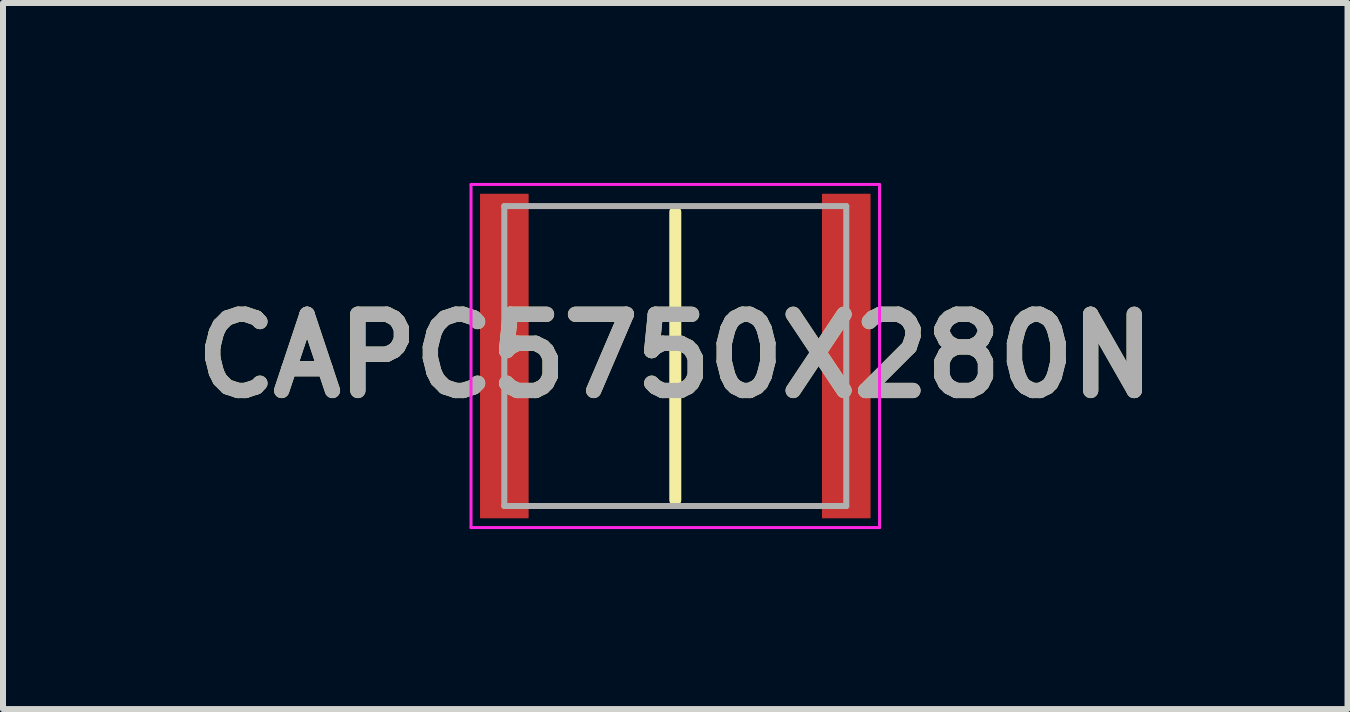
<source format=kicad_pcb>
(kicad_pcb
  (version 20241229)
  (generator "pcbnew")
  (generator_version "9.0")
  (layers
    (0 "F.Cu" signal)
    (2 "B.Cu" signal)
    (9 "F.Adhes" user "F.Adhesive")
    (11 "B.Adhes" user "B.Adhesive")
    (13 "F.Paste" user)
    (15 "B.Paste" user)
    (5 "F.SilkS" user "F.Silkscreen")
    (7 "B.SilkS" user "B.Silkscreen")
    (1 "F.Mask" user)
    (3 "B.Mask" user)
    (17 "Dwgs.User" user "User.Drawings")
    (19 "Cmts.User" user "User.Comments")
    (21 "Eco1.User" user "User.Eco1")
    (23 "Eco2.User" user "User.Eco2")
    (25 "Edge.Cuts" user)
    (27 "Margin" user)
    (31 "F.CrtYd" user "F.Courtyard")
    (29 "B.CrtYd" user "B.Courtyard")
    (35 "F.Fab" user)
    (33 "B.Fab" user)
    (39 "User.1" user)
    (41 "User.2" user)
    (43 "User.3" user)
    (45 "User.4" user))
  (footprint "CAPC5750X280N"
    (layer "F.Cu")
    (at 8.207 2.885)
    (property "Reference" "CAPC5750X280N" (at 0 0 0) (layer "F.SilkS") (effects (font (size 1.27 1.27) (thickness 0.254))))
    (attr smd)
    (fp_line (start 0 -2.4) (end 0 2.4) (stroke (width 0.2) (type solid)) (layer "F.SilkS"))
    (fp_line (start -3.405 -2.86) (end 3.405 -2.86) (stroke (width 0.05) (type solid)) (layer "F.CrtYd"))
    (fp_line (start -3.405 2.86) (end -3.405 -2.86) (stroke (width 0.05) (type solid)) (layer "F.CrtYd"))
    (fp_line (start 3.405 -2.86) (end 3.405 2.86) (stroke (width 0.05) (type solid)) (layer "F.CrtYd"))
    (fp_line (start 3.405 2.86) (end -3.405 2.86) (stroke (width 0.05) (type solid)) (layer "F.CrtYd"))
    (fp_line (start -2.85 -2.5) (end 2.85 -2.5) (stroke (width 0.1) (type solid)) (layer "F.Fab"))
    (fp_line (start -2.85 2.5) (end -2.85 -2.5) (stroke (width 0.1) (type solid)) (layer "F.Fab"))
    (fp_line (start 2.85 -2.5) (end 2.85 2.5) (stroke (width 0.1) (type solid)) (layer "F.Fab"))
    (fp_line (start 2.85 2.5) (end -2.85 2.5) (stroke (width 0.1) (type solid)) (layer "F.Fab"))
    (fp_text user "${REFERENCE}" (at 0 0 0) (layer "F.Fab") (effects (font (size 1.27 1.27) (thickness 0.254))))
    (pad "1" smd rect (at -2.85 0) (size 0.81 5.41) (layers "F.Cu" "F.Mask" "F.Paste"))
    (pad "2" smd rect (at 2.85 0) (size 0.81 5.41) (layers "F.Cu" "F.Mask" "F.Paste")))
  (gr_rect
    (start -3 -3)
    (end 19.413 8.77)
    (stroke (width 0.1) (type default))
    (fill no)
    (layer "Edge.Cuts")))
</source>
